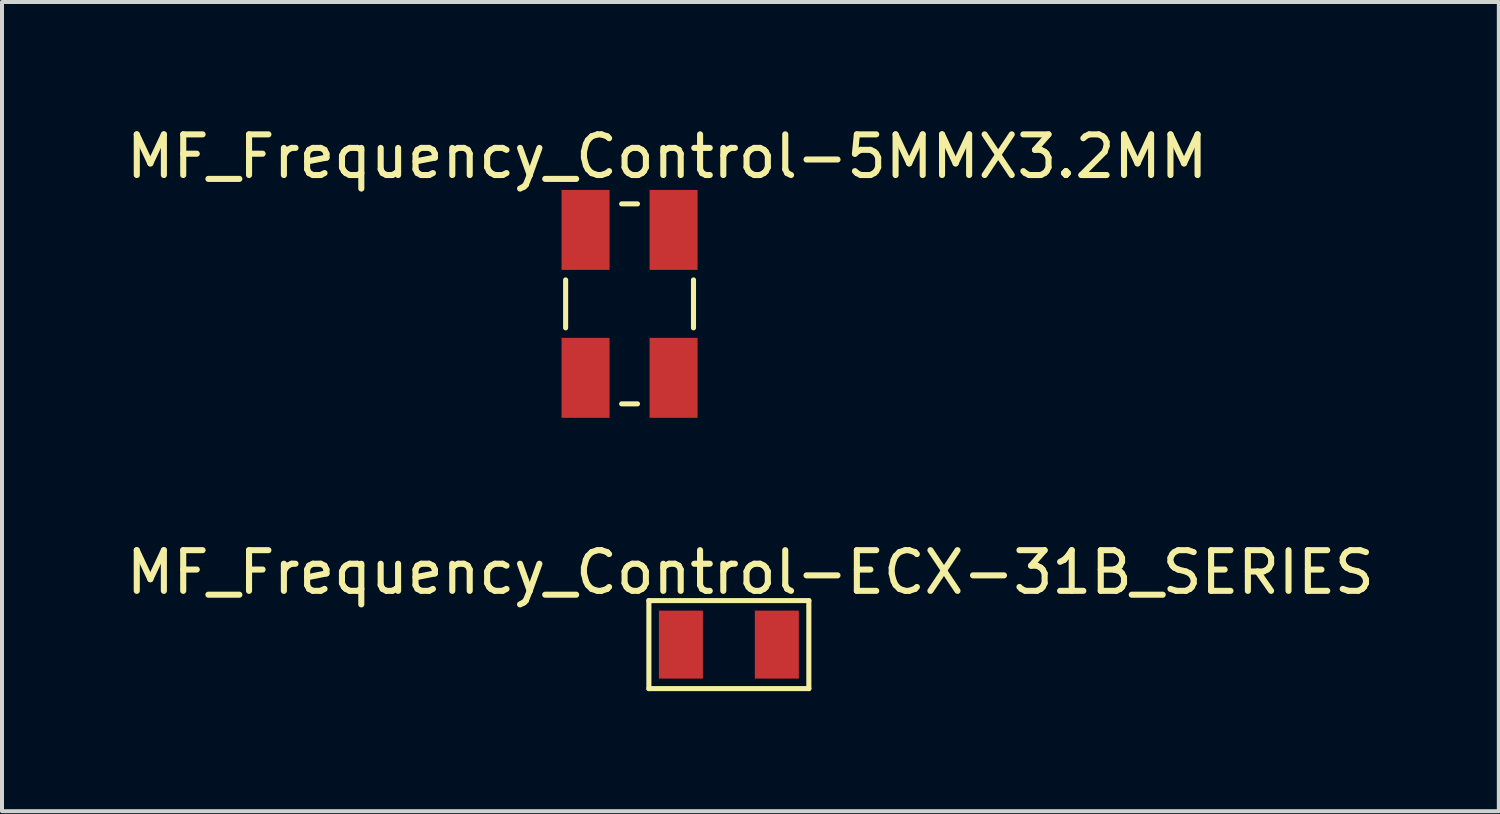
<source format=kicad_pcb>
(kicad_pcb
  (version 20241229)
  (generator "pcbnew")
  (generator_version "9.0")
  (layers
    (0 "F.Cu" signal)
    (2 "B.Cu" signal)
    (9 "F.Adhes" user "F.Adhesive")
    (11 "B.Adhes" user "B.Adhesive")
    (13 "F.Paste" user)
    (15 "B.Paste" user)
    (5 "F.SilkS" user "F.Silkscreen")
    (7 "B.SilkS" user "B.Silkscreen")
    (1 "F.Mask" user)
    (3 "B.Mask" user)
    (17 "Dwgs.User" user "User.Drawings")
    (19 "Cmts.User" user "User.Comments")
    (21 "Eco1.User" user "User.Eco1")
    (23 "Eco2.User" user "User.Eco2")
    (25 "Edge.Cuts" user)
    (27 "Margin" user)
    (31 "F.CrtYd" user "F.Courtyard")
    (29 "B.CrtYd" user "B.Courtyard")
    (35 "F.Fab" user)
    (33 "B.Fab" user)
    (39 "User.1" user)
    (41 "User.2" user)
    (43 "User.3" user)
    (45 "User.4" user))
  (footprint "MF_Frequency_Control-ECX-31B_SERIES"
    (layer "F.Cu")
    (at 15.167 13.061)
    (property "Reference" "MF_Frequency_Control-ECX-31B_SERIES" (at 0.538 -1.806 0) (layer "F.SilkS") (effects (font (size 1.016 1.016) (thickness 0.152))))
    (attr smd)
    (fp_line (start -1.999 -1.1) (end 1.999 -1.1) (stroke (width 0.127) (type solid)) (layer "F.SilkS"))
    (fp_line (start -1.999 1.1) (end -1.999 -1.1) (stroke (width 0.127) (type solid)) (layer "F.SilkS"))
    (fp_line (start 1.999 -1.1) (end 1.999 1.1) (stroke (width 0.127) (type solid)) (layer "F.SilkS"))
    (fp_line (start 1.999 1.1) (end -1.999 1.1) (stroke (width 0.127) (type solid)) (layer "F.SilkS"))
    (pad "1" smd rect (at -1.199 0) (size 1.1 1.699) (layers "F.Cu" "F.Mask" "F.Paste"))
    (pad "2" smd rect (at 1.199 0) (size 1.1 1.699) (layers "F.Cu" "F.Mask" "F.Paste")))
  (footprint "MF_Frequency_Control-5MMX3.2MM"
    (layer "F.Cu")
    (at 12.685 4.545)
    (property "Reference" "MF_Frequency_Control-5MMX3.2MM" (at 0.94 -3.683 0) (layer "F.SilkS") (effects (font (size 1.016 1.016) (thickness 0.152))))
    (attr smd)
    (fp_line (start -1.598 -0.599) (end -1.598 0.599) (stroke (width 0.127) (type solid)) (layer "F.SilkS"))
    (fp_line (start 0.198 -2.499) (end -0.198 -2.499) (stroke (width 0.127) (type solid)) (layer "F.SilkS"))
    (fp_line (start 0.198 2.499) (end -0.198 2.499) (stroke (width 0.127) (type solid)) (layer "F.SilkS"))
    (fp_line (start 1.598 -0.599) (end 1.598 0.599) (stroke (width 0.127) (type solid)) (layer "F.SilkS"))
    (pad "1" smd rect (at -1.1 -1.849 270) (size 1.999 1.199) (layers "F.Cu" "F.Mask" "F.Paste"))
    (pad "2" smd rect (at -1.1 1.849 270) (size 1.999 1.199) (layers "F.Cu" "F.Mask" "F.Paste"))
    (pad "3" smd rect (at 1.1 1.849 270) (size 1.999 1.199) (layers "F.Cu" "F.Mask" "F.Paste"))
    (pad "4" smd rect (at 1.1 -1.849 270) (size 1.999 1.199) (layers "F.Cu" "F.Mask" "F.Paste")))
  (gr_rect
    (start -3 -3)
    (end 34.411 17.225)
    (stroke (width 0.1) (type default))
    (fill no)
    (layer "Edge.Cuts")))
</source>
